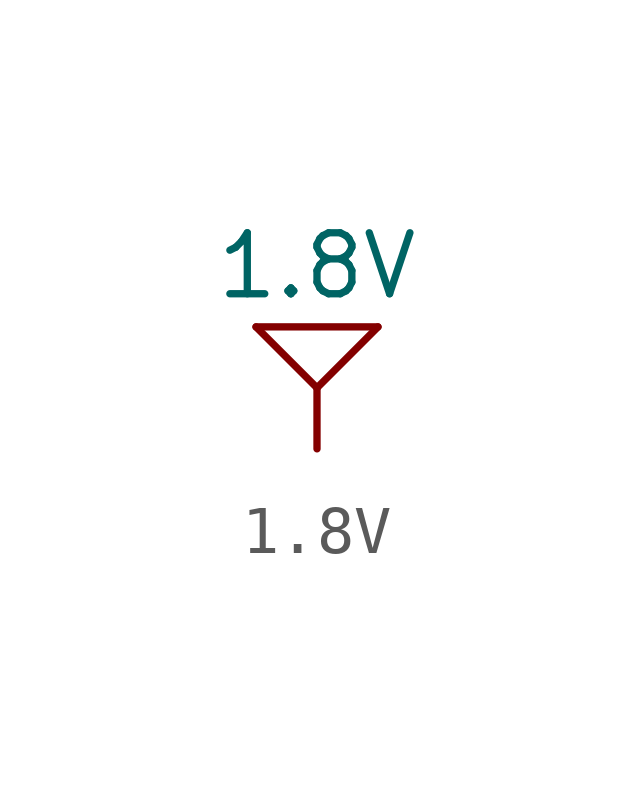
<source format=kicad_sym>
(kicad_symbol_lib
  (version 20211014)
  (generator kicad_symbol_editor)
  (symbol "1.8V"
    (power)
    (pin_names
      (offset 0))
    (property "Reference" "#PWR"
      (at 0 -2.54 0)
      (effects (font (size 1.27 1.27)) hide))
    (property "Value" "1.8V"
      (at 0 3.81 0)
      (effects (font (size 1.27 1.27))))
    (symbol "1.8V_0_1"
      (rectangle (start -1.27 2.54) (end 1.27 2.54) (stroke (width 0) (type default) (color 0 0 0 0)) (fill (type none)))
      (polyline (pts (xy -1.27 2.54) (xy 0 1.27)) (stroke (width 0) (type default) (color 0 0 0 0)) (fill (type none)))
      (polyline (pts (xy 0 0) (xy 0 1.27)) (stroke (width 0) (type default) (color 0 0 0 0)) (fill (type none)))
      (polyline (pts (xy 0 1.27) (xy 1.27 2.54)) (stroke (width 0) (type default) (color 0 0 0 0)) (fill (type none))))
    (symbol "1.8V_1_1"
      (pin power_in line (at 0 0 180) (length 0) hide (name "1.8V" (effects (font (size 1.27 1.27)))) (number "1" (effects (font (size 1.27 1.27))))))))
</source>
